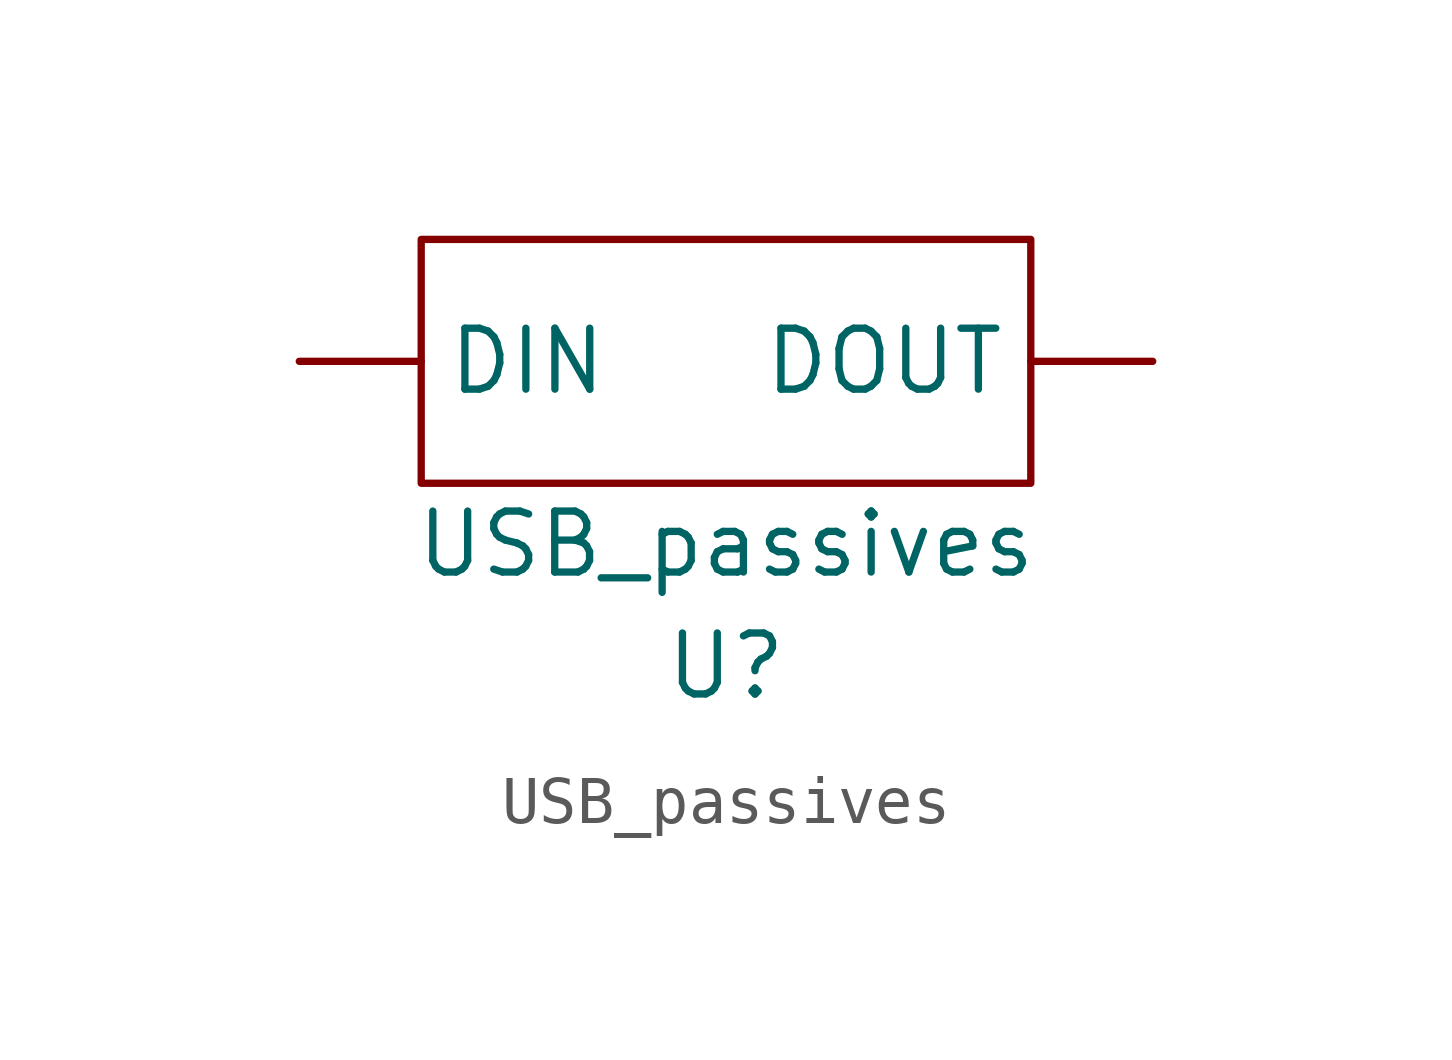
<source format=kicad_sym>
(kicad_symbol_lib
  (version 20211014)
  (generator kicad_symbol_editor)
  (symbol "USB_passives"
    (property "Reference" "U"
      (at 0 -2.54 0)
      (effects (font (size 1.27 1.27))))
    (property "Value" "USB_passives"
      (at 0 0 0)
      (effects (font (size 1.27 1.27))))
    (symbol "USB_passives_0_1"
      (rectangle (start -6.35 1.27) (end 6.35 6.35) (stroke (width 0) (type default) (color 0 0 0 0)) (fill (type none))))
    (symbol "USB_passives_1_1"
      (pin input line (at -8.89 3.81 0) (length 2.54) (name "DIN" (effects (font (size 1.27 1.27)))) (number "" (effects (font (size 1.27 1.27)))))
      (pin output line (at 8.89 3.81 180) (length 2.54) (name "DOUT" (effects (font (size 1.27 1.27)))) (number "" (effects (font (size 1.27 1.27))))))))
</source>
